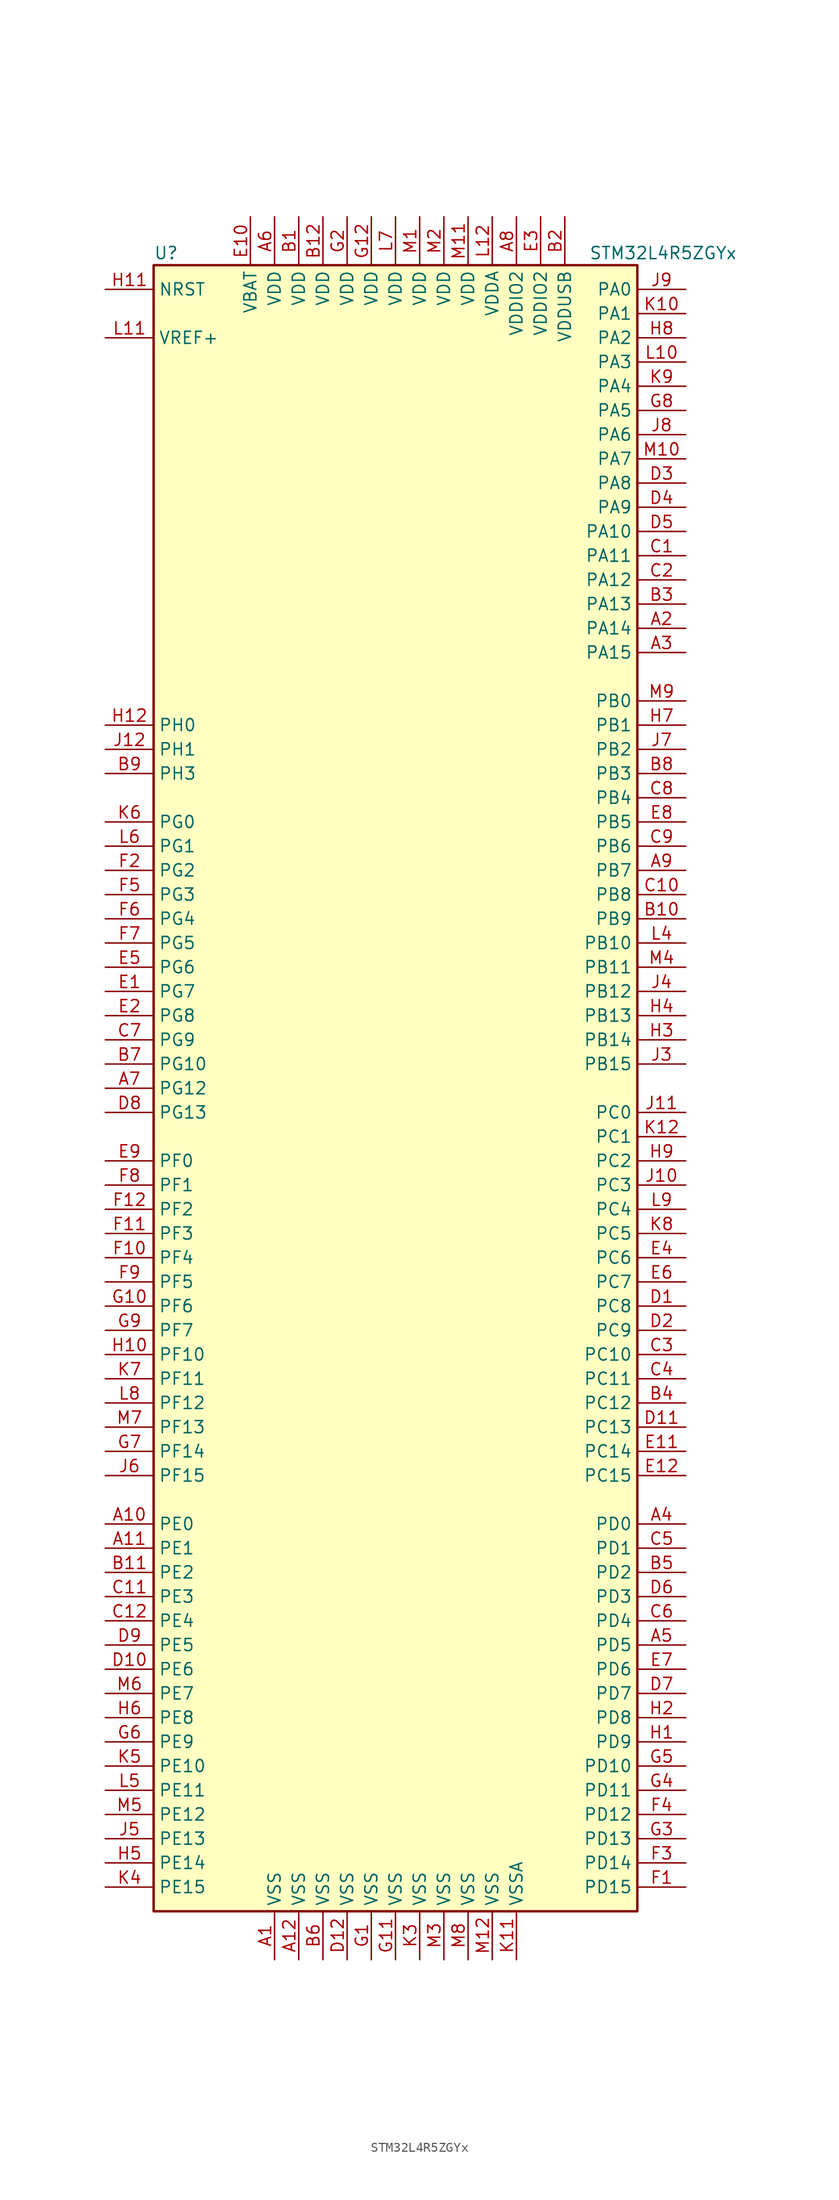
<source format=kicad_sym>
(kicad_symbol_lib
  (version 20201005)
  (generator kicad_symbol_editor)
  (symbol "STM32L4R5ZGYx"
    (property "Reference" "U"
      (at -25.4 87.63 0)
      (effects (font (size 1.27 1.27)) (justify left)))
    (property "Value" "STM32L4R5ZGYx"
      (at 20.32 87.63 0)
      (effects (font (size 1.27 1.27)) (justify left)))
    (symbol "STM32L4R5ZGYx_0_1"
      (rectangle (start -25.4 -86.36) (end 25.4 86.36) (stroke (width 0.254)) (fill (type background))))
    (symbol "STM32L4R5ZGYx_1_1"
      (pin power_in line (at -12.7 -91.44 90) (length 5.08) (name "VSS" (effects (font (size 1.27 1.27)))) (number "A1" (effects (font (size 1.27 1.27)))))
      (pin bidirectional line (at -30.48 -45.72 0) (length 5.08) (name "PE0" (effects (font (size 1.27 1.27)))) (number "A10" (effects (font (size 1.27 1.27)))))
      (pin bidirectional line (at -30.48 -48.26 0) (length 5.08) (name "PE1" (effects (font (size 1.27 1.27)))) (number "A11" (effects (font (size 1.27 1.27)))))
      (pin power_in line (at -10.16 -91.44 90) (length 5.08) (name "VSS" (effects (font (size 1.27 1.27)))) (number "A12" (effects (font (size 1.27 1.27)))))
      (pin bidirectional line (at 30.48 48.26 180) (length 5.08) (name "PA14" (effects (font (size 1.27 1.27)))) (number "A2" (effects (font (size 1.27 1.27)))))
      (pin bidirectional line (at 30.48 45.72 180) (length 5.08) (name "PA15" (effects (font (size 1.27 1.27)))) (number "A3" (effects (font (size 1.27 1.27)))))
      (pin bidirectional line (at 30.48 -45.72 180) (length 5.08) (name "PD0" (effects (font (size 1.27 1.27)))) (number "A4" (effects (font (size 1.27 1.27)))))
      (pin bidirectional line (at 30.48 -58.42 180) (length 5.08) (name "PD5" (effects (font (size 1.27 1.27)))) (number "A5" (effects (font (size 1.27 1.27)))))
      (pin power_in line (at -12.7 91.44 270) (length 5.08) (name "VDD" (effects (font (size 1.27 1.27)))) (number "A6" (effects (font (size 1.27 1.27)))))
      (pin bidirectional line (at -30.48 0 0) (length 5.08) (name "PG12" (effects (font (size 1.27 1.27)))) (number "A7" (effects (font (size 1.27 1.27)))))
      (pin power_in line (at 12.7 91.44 270) (length 5.08) (name "VDDIO2" (effects (font (size 1.27 1.27)))) (number "A8" (effects (font (size 1.27 1.27)))))
      (pin bidirectional line (at 30.48 22.86 180) (length 5.08) (name "PB7" (effects (font (size 1.27 1.27)))) (number "A9" (effects (font (size 1.27 1.27)))))
      (pin power_in line (at -10.16 91.44 270) (length 5.08) (name "VDD" (effects (font (size 1.27 1.27)))) (number "B1" (effects (font (size 1.27 1.27)))))
      (pin bidirectional line (at 30.48 17.78 180) (length 5.08) (name "PB9" (effects (font (size 1.27 1.27)))) (number "B10" (effects (font (size 1.27 1.27)))))
      (pin bidirectional line (at -30.48 -50.8 0) (length 5.08) (name "PE2" (effects (font (size 1.27 1.27)))) (number "B11" (effects (font (size 1.27 1.27)))))
      (pin power_in line (at -7.62 91.44 270) (length 5.08) (name "VDD" (effects (font (size 1.27 1.27)))) (number "B12" (effects (font (size 1.27 1.27)))))
      (pin power_in line (at 17.78 91.44 270) (length 5.08) (name "VDDUSB" (effects (font (size 1.27 1.27)))) (number "B2" (effects (font (size 1.27 1.27)))))
      (pin bidirectional line (at 30.48 50.8 180) (length 5.08) (name "PA13" (effects (font (size 1.27 1.27)))) (number "B3" (effects (font (size 1.27 1.27)))))
      (pin bidirectional line (at 30.48 -33.02 180) (length 5.08) (name "PC12" (effects (font (size 1.27 1.27)))) (number "B4" (effects (font (size 1.27 1.27)))))
      (pin bidirectional line (at 30.48 -50.8 180) (length 5.08) (name "PD2" (effects (font (size 1.27 1.27)))) (number "B5" (effects (font (size 1.27 1.27)))))
      (pin power_in line (at -7.62 -91.44 90) (length 5.08) (name "VSS" (effects (font (size 1.27 1.27)))) (number "B6" (effects (font (size 1.27 1.27)))))
      (pin bidirectional line (at -30.48 2.54 0) (length 5.08) (name "PG10" (effects (font (size 1.27 1.27)))) (number "B7" (effects (font (size 1.27 1.27)))))
      (pin bidirectional line (at 30.48 33.02 180) (length 5.08) (name "PB3" (effects (font (size 1.27 1.27)))) (number "B8" (effects (font (size 1.27 1.27)))))
      (pin bidirectional line (at -30.48 33.02 0) (length 5.08) (name "PH3" (effects (font (size 1.27 1.27)))) (number "B9" (effects (font (size 1.27 1.27)))))
      (pin bidirectional line (at 30.48 55.88 180) (length 5.08) (name "PA11" (effects (font (size 1.27 1.27)))) (number "C1" (effects (font (size 1.27 1.27)))))
      (pin bidirectional line (at 30.48 20.32 180) (length 5.08) (name "PB8" (effects (font (size 1.27 1.27)))) (number "C10" (effects (font (size 1.27 1.27)))))
      (pin bidirectional line (at -30.48 -53.34 0) (length 5.08) (name "PE3" (effects (font (size 1.27 1.27)))) (number "C11" (effects (font (size 1.27 1.27)))))
      (pin bidirectional line (at -30.48 -55.88 0) (length 5.08) (name "PE4" (effects (font (size 1.27 1.27)))) (number "C12" (effects (font (size 1.27 1.27)))))
      (pin bidirectional line (at 30.48 53.34 180) (length 5.08) (name "PA12" (effects (font (size 1.27 1.27)))) (number "C2" (effects (font (size 1.27 1.27)))))
      (pin bidirectional line (at 30.48 -27.94 180) (length 5.08) (name "PC10" (effects (font (size 1.27 1.27)))) (number "C3" (effects (font (size 1.27 1.27)))))
      (pin bidirectional line (at 30.48 -30.48 180) (length 5.08) (name "PC11" (effects (font (size 1.27 1.27)))) (number "C4" (effects (font (size 1.27 1.27)))))
      (pin bidirectional line (at 30.48 -48.26 180) (length 5.08) (name "PD1" (effects (font (size 1.27 1.27)))) (number "C5" (effects (font (size 1.27 1.27)))))
      (pin bidirectional line (at 30.48 -55.88 180) (length 5.08) (name "PD4" (effects (font (size 1.27 1.27)))) (number "C6" (effects (font (size 1.27 1.27)))))
      (pin bidirectional line (at -30.48 5.08 0) (length 5.08) (name "PG9" (effects (font (size 1.27 1.27)))) (number "C7" (effects (font (size 1.27 1.27)))))
      (pin bidirectional line (at 30.48 30.48 180) (length 5.08) (name "PB4" (effects (font (size 1.27 1.27)))) (number "C8" (effects (font (size 1.27 1.27)))))
      (pin bidirectional line (at 30.48 25.4 180) (length 5.08) (name "PB6" (effects (font (size 1.27 1.27)))) (number "C9" (effects (font (size 1.27 1.27)))))
      (pin bidirectional line (at 30.48 -22.86 180) (length 5.08) (name "PC8" (effects (font (size 1.27 1.27)))) (number "D1" (effects (font (size 1.27 1.27)))))
      (pin bidirectional line (at -30.48 -60.96 0) (length 5.08) (name "PE6" (effects (font (size 1.27 1.27)))) (number "D10" (effects (font (size 1.27 1.27)))))
      (pin bidirectional line (at 30.48 -35.56 180) (length 5.08) (name "PC13" (effects (font (size 1.27 1.27)))) (number "D11" (effects (font (size 1.27 1.27)))))
      (pin power_in line (at -5.08 -91.44 90) (length 5.08) (name "VSS" (effects (font (size 1.27 1.27)))) (number "D12" (effects (font (size 1.27 1.27)))))
      (pin bidirectional line (at 30.48 -25.4 180) (length 5.08) (name "PC9" (effects (font (size 1.27 1.27)))) (number "D2" (effects (font (size 1.27 1.27)))))
      (pin bidirectional line (at 30.48 63.5 180) (length 5.08) (name "PA8" (effects (font (size 1.27 1.27)))) (number "D3" (effects (font (size 1.27 1.27)))))
      (pin bidirectional line (at 30.48 60.96 180) (length 5.08) (name "PA9" (effects (font (size 1.27 1.27)))) (number "D4" (effects (font (size 1.27 1.27)))))
      (pin bidirectional line (at 30.48 58.42 180) (length 5.08) (name "PA10" (effects (font (size 1.27 1.27)))) (number "D5" (effects (font (size 1.27 1.27)))))
      (pin bidirectional line (at 30.48 -53.34 180) (length 5.08) (name "PD3" (effects (font (size 1.27 1.27)))) (number "D6" (effects (font (size 1.27 1.27)))))
      (pin bidirectional line (at 30.48 -63.5 180) (length 5.08) (name "PD7" (effects (font (size 1.27 1.27)))) (number "D7" (effects (font (size 1.27 1.27)))))
      (pin bidirectional line (at -30.48 -2.54 0) (length 5.08) (name "PG13" (effects (font (size 1.27 1.27)))) (number "D8" (effects (font (size 1.27 1.27)))))
      (pin bidirectional line (at -30.48 -58.42 0) (length 5.08) (name "PE5" (effects (font (size 1.27 1.27)))) (number "D9" (effects (font (size 1.27 1.27)))))
      (pin bidirectional line (at -30.48 10.16 0) (length 5.08) (name "PG7" (effects (font (size 1.27 1.27)))) (number "E1" (effects (font (size 1.27 1.27)))))
      (pin power_in line (at -15.24 91.44 270) (length 5.08) (name "VBAT" (effects (font (size 1.27 1.27)))) (number "E10" (effects (font (size 1.27 1.27)))))
      (pin bidirectional line (at 30.48 -38.1 180) (length 5.08) (name "PC14" (effects (font (size 1.27 1.27)))) (number "E11" (effects (font (size 1.27 1.27)))))
      (pin bidirectional line (at 30.48 -40.64 180) (length 5.08) (name "PC15" (effects (font (size 1.27 1.27)))) (number "E12" (effects (font (size 1.27 1.27)))))
      (pin bidirectional line (at -30.48 7.62 0) (length 5.08) (name "PG8" (effects (font (size 1.27 1.27)))) (number "E2" (effects (font (size 1.27 1.27)))))
      (pin power_in line (at 15.24 91.44 270) (length 5.08) (name "VDDIO2" (effects (font (size 1.27 1.27)))) (number "E3" (effects (font (size 1.27 1.27)))))
      (pin bidirectional line (at 30.48 -17.78 180) (length 5.08) (name "PC6" (effects (font (size 1.27 1.27)))) (number "E4" (effects (font (size 1.27 1.27)))))
      (pin bidirectional line (at -30.48 12.7 0) (length 5.08) (name "PG6" (effects (font (size 1.27 1.27)))) (number "E5" (effects (font (size 1.27 1.27)))))
      (pin bidirectional line (at 30.48 -20.32 180) (length 5.08) (name "PC7" (effects (font (size 1.27 1.27)))) (number "E6" (effects (font (size 1.27 1.27)))))
      (pin bidirectional line (at 30.48 -60.96 180) (length 5.08) (name "PD6" (effects (font (size 1.27 1.27)))) (number "E7" (effects (font (size 1.27 1.27)))))
      (pin bidirectional line (at 30.48 27.94 180) (length 5.08) (name "PB5" (effects (font (size 1.27 1.27)))) (number "E8" (effects (font (size 1.27 1.27)))))
      (pin bidirectional line (at -30.48 -7.62 0) (length 5.08) (name "PF0" (effects (font (size 1.27 1.27)))) (number "E9" (effects (font (size 1.27 1.27)))))
      (pin bidirectional line (at 30.48 -83.82 180) (length 5.08) (name "PD15" (effects (font (size 1.27 1.27)))) (number "F1" (effects (font (size 1.27 1.27)))))
      (pin bidirectional line (at -30.48 -17.78 0) (length 5.08) (name "PF4" (effects (font (size 1.27 1.27)))) (number "F10" (effects (font (size 1.27 1.27)))))
      (pin bidirectional line (at -30.48 -15.24 0) (length 5.08) (name "PF3" (effects (font (size 1.27 1.27)))) (number "F11" (effects (font (size 1.27 1.27)))))
      (pin bidirectional line (at -30.48 -12.7 0) (length 5.08) (name "PF2" (effects (font (size 1.27 1.27)))) (number "F12" (effects (font (size 1.27 1.27)))))
      (pin bidirectional line (at -30.48 22.86 0) (length 5.08) (name "PG2" (effects (font (size 1.27 1.27)))) (number "F2" (effects (font (size 1.27 1.27)))))
      (pin bidirectional line (at 30.48 -81.28 180) (length 5.08) (name "PD14" (effects (font (size 1.27 1.27)))) (number "F3" (effects (font (size 1.27 1.27)))))
      (pin bidirectional line (at 30.48 -76.2 180) (length 5.08) (name "PD12" (effects (font (size 1.27 1.27)))) (number "F4" (effects (font (size 1.27 1.27)))))
      (pin bidirectional line (at -30.48 20.32 0) (length 5.08) (name "PG3" (effects (font (size 1.27 1.27)))) (number "F5" (effects (font (size 1.27 1.27)))))
      (pin bidirectional line (at -30.48 17.78 0) (length 5.08) (name "PG4" (effects (font (size 1.27 1.27)))) (number "F6" (effects (font (size 1.27 1.27)))))
      (pin bidirectional line (at -30.48 15.24 0) (length 5.08) (name "PG5" (effects (font (size 1.27 1.27)))) (number "F7" (effects (font (size 1.27 1.27)))))
      (pin bidirectional line (at -30.48 -10.16 0) (length 5.08) (name "PF1" (effects (font (size 1.27 1.27)))) (number "F8" (effects (font (size 1.27 1.27)))))
      (pin bidirectional line (at -30.48 -20.32 0) (length 5.08) (name "PF5" (effects (font (size 1.27 1.27)))) (number "F9" (effects (font (size 1.27 1.27)))))
      (pin power_in line (at -2.54 -91.44 90) (length 5.08) (name "VSS" (effects (font (size 1.27 1.27)))) (number "G1" (effects (font (size 1.27 1.27)))))
      (pin bidirectional line (at -30.48 -22.86 0) (length 5.08) (name "PF6" (effects (font (size 1.27 1.27)))) (number "G10" (effects (font (size 1.27 1.27)))))
      (pin power_in line (at 0 -91.44 90) (length 5.08) (name "VSS" (effects (font (size 1.27 1.27)))) (number "G11" (effects (font (size 1.27 1.27)))))
      (pin power_in line (at -2.54 91.44 270) (length 5.08) (name "VDD" (effects (font (size 1.27 1.27)))) (number "G12" (effects (font (size 1.27 1.27)))))
      (pin power_in line (at -5.08 91.44 270) (length 5.08) (name "VDD" (effects (font (size 1.27 1.27)))) (number "G2" (effects (font (size 1.27 1.27)))))
      (pin bidirectional line (at 30.48 -78.74 180) (length 5.08) (name "PD13" (effects (font (size 1.27 1.27)))) (number "G3" (effects (font (size 1.27 1.27)))))
      (pin bidirectional line (at 30.48 -73.66 180) (length 5.08) (name "PD11" (effects (font (size 1.27 1.27)))) (number "G4" (effects (font (size 1.27 1.27)))))
      (pin bidirectional line (at 30.48 -71.12 180) (length 5.08) (name "PD10" (effects (font (size 1.27 1.27)))) (number "G5" (effects (font (size 1.27 1.27)))))
      (pin bidirectional line (at -30.48 -68.58 0) (length 5.08) (name "PE9" (effects (font (size 1.27 1.27)))) (number "G6" (effects (font (size 1.27 1.27)))))
      (pin bidirectional line (at -30.48 -38.1 0) (length 5.08) (name "PF14" (effects (font (size 1.27 1.27)))) (number "G7" (effects (font (size 1.27 1.27)))))
      (pin bidirectional line (at 30.48 71.12 180) (length 5.08) (name "PA5" (effects (font (size 1.27 1.27)))) (number "G8" (effects (font (size 1.27 1.27)))))
      (pin bidirectional line (at -30.48 -25.4 0) (length 5.08) (name "PF7" (effects (font (size 1.27 1.27)))) (number "G9" (effects (font (size 1.27 1.27)))))
      (pin bidirectional line (at 30.48 -68.58 180) (length 5.08) (name "PD9" (effects (font (size 1.27 1.27)))) (number "H1" (effects (font (size 1.27 1.27)))))
      (pin bidirectional line (at -30.48 -27.94 0) (length 5.08) (name "PF10" (effects (font (size 1.27 1.27)))) (number "H10" (effects (font (size 1.27 1.27)))))
      (pin input line (at -30.48 83.82 0) (length 5.08) (name "NRST" (effects (font (size 1.27 1.27)))) (number "H11" (effects (font (size 1.27 1.27)))))
      (pin input line (at -30.48 38.1 0) (length 5.08) (name "PH0" (effects (font (size 1.27 1.27)))) (number "H12" (effects (font (size 1.27 1.27)))))
      (pin bidirectional line (at 30.48 -66.04 180) (length 5.08) (name "PD8" (effects (font (size 1.27 1.27)))) (number "H2" (effects (font (size 1.27 1.27)))))
      (pin bidirectional line (at 30.48 5.08 180) (length 5.08) (name "PB14" (effects (font (size 1.27 1.27)))) (number "H3" (effects (font (size 1.27 1.27)))))
      (pin bidirectional line (at 30.48 7.62 180) (length 5.08) (name "PB13" (effects (font (size 1.27 1.27)))) (number "H4" (effects (font (size 1.27 1.27)))))
      (pin bidirectional line (at -30.48 -81.28 0) (length 5.08) (name "PE14" (effects (font (size 1.27 1.27)))) (number "H5" (effects (font (size 1.27 1.27)))))
      (pin bidirectional line (at -30.48 -66.04 0) (length 5.08) (name "PE8" (effects (font (size 1.27 1.27)))) (number "H6" (effects (font (size 1.27 1.27)))))
      (pin bidirectional line (at 30.48 38.1 180) (length 5.08) (name "PB1" (effects (font (size 1.27 1.27)))) (number "H7" (effects (font (size 1.27 1.27)))))
      (pin bidirectional line (at 30.48 78.74 180) (length 5.08) (name "PA2" (effects (font (size 1.27 1.27)))) (number "H8" (effects (font (size 1.27 1.27)))))
      (pin bidirectional line (at 30.48 -7.62 180) (length 5.08) (name "PC2" (effects (font (size 1.27 1.27)))) (number "H9" (effects (font (size 1.27 1.27)))))
      (pin no_connect line (at -25.4 -83.82 0) (length 5.08) hide (name "NC" (effects (font (size 1.27 1.27)))) (number "J1" (effects (font (size 1.27 1.27)))))
      (pin bidirectional line (at 30.48 -10.16 180) (length 5.08) (name "PC3" (effects (font (size 1.27 1.27)))) (number "J10" (effects (font (size 1.27 1.27)))))
      (pin bidirectional line (at 30.48 -2.54 180) (length 5.08) (name "PC0" (effects (font (size 1.27 1.27)))) (number "J11" (effects (font (size 1.27 1.27)))))
      (pin input line (at -30.48 35.56 0) (length 5.08) (name "PH1" (effects (font (size 1.27 1.27)))) (number "J12" (effects (font (size 1.27 1.27)))))
      (pin no_connect line (at -25.4 -81.28 0) (length 5.08) hide (name "NC" (effects (font (size 1.27 1.27)))) (number "J2" (effects (font (size 1.27 1.27)))))
      (pin bidirectional line (at 30.48 2.54 180) (length 5.08) (name "PB15" (effects (font (size 1.27 1.27)))) (number "J3" (effects (font (size 1.27 1.27)))))
      (pin bidirectional line (at 30.48 10.16 180) (length 5.08) (name "PB12" (effects (font (size 1.27 1.27)))) (number "J4" (effects (font (size 1.27 1.27)))))
      (pin bidirectional line (at -30.48 -78.74 0) (length 5.08) (name "PE13" (effects (font (size 1.27 1.27)))) (number "J5" (effects (font (size 1.27 1.27)))))
      (pin bidirectional line (at -30.48 -40.64 0) (length 5.08) (name "PF15" (effects (font (size 1.27 1.27)))) (number "J6" (effects (font (size 1.27 1.27)))))
      (pin bidirectional line (at 30.48 35.56 180) (length 5.08) (name "PB2" (effects (font (size 1.27 1.27)))) (number "J7" (effects (font (size 1.27 1.27)))))
      (pin bidirectional line (at 30.48 68.58 180) (length 5.08) (name "PA6" (effects (font (size 1.27 1.27)))) (number "J8" (effects (font (size 1.27 1.27)))))
      (pin bidirectional line (at 30.48 83.82 180) (length 5.08) (name "PA0" (effects (font (size 1.27 1.27)))) (number "J9" (effects (font (size 1.27 1.27)))))
      (pin no_connect line (at -25.4 -78.74 0) (length 5.08) hide (name "NC" (effects (font (size 1.27 1.27)))) (number "K1" (effects (font (size 1.27 1.27)))))
      (pin bidirectional line (at 30.48 81.28 180) (length 5.08) (name "PA1" (effects (font (size 1.27 1.27)))) (number "K10" (effects (font (size 1.27 1.27)))))
      (pin power_in line (at 12.7 -91.44 90) (length 5.08) (name "VSSA" (effects (font (size 1.27 1.27)))) (number "K11" (effects (font (size 1.27 1.27)))))
      (pin bidirectional line (at 30.48 -5.08 180) (length 5.08) (name "PC1" (effects (font (size 1.27 1.27)))) (number "K12" (effects (font (size 1.27 1.27)))))
      (pin no_connect line (at -25.4 -76.2 0) (length 5.08) hide (name "NC" (effects (font (size 1.27 1.27)))) (number "K2" (effects (font (size 1.27 1.27)))))
      (pin power_in line (at 2.54 -91.44 90) (length 5.08) (name "VSS" (effects (font (size 1.27 1.27)))) (number "K3" (effects (font (size 1.27 1.27)))))
      (pin bidirectional line (at -30.48 -83.82 0) (length 5.08) (name "PE15" (effects (font (size 1.27 1.27)))) (number "K4" (effects (font (size 1.27 1.27)))))
      (pin bidirectional line (at -30.48 -71.12 0) (length 5.08) (name "PE10" (effects (font (size 1.27 1.27)))) (number "K5" (effects (font (size 1.27 1.27)))))
      (pin bidirectional line (at -30.48 27.94 0) (length 5.08) (name "PG0" (effects (font (size 1.27 1.27)))) (number "K6" (effects (font (size 1.27 1.27)))))
      (pin bidirectional line (at -30.48 -30.48 0) (length 5.08) (name "PF11" (effects (font (size 1.27 1.27)))) (number "K7" (effects (font (size 1.27 1.27)))))
      (pin bidirectional line (at 30.48 -15.24 180) (length 5.08) (name "PC5" (effects (font (size 1.27 1.27)))) (number "K8" (effects (font (size 1.27 1.27)))))
      (pin bidirectional line (at 30.48 73.66 180) (length 5.08) (name "PA4" (effects (font (size 1.27 1.27)))) (number "K9" (effects (font (size 1.27 1.27)))))
      (pin no_connect line (at -25.4 -73.66 0) (length 5.08) hide (name "NC" (effects (font (size 1.27 1.27)))) (number "L1" (effects (font (size 1.27 1.27)))))
      (pin bidirectional line (at 30.48 76.2 180) (length 5.08) (name "PA3" (effects (font (size 1.27 1.27)))) (number "L10" (effects (font (size 1.27 1.27)))))
      (pin bidirectional line (at -30.48 78.74 0) (length 5.08) (name "VREF+" (effects (font (size 1.27 1.27)))) (number "L11" (effects (font (size 1.27 1.27)))))
      (pin power_in line (at 10.16 91.44 270) (length 5.08) (name "VDDA" (effects (font (size 1.27 1.27)))) (number "L12" (effects (font (size 1.27 1.27)))))
      (pin no_connect line (at -25.4 -71.12 0) (length 5.08) hide (name "NC" (effects (font (size 1.27 1.27)))) (number "L2" (effects (font (size 1.27 1.27)))))
      (pin no_connect line (at -25.4 -68.58 0) (length 5.08) hide (name "NC" (effects (font (size 1.27 1.27)))) (number "L3" (effects (font (size 1.27 1.27)))))
      (pin bidirectional line (at 30.48 15.24 180) (length 5.08) (name "PB10" (effects (font (size 1.27 1.27)))) (number "L4" (effects (font (size 1.27 1.27)))))
      (pin bidirectional line (at -30.48 -73.66 0) (length 5.08) (name "PE11" (effects (font (size 1.27 1.27)))) (number "L5" (effects (font (size 1.27 1.27)))))
      (pin bidirectional line (at -30.48 25.4 0) (length 5.08) (name "PG1" (effects (font (size 1.27 1.27)))) (number "L6" (effects (font (size 1.27 1.27)))))
      (pin power_in line (at 0 91.44 270) (length 5.08) (name "VDD" (effects (font (size 1.27 1.27)))) (number "L7" (effects (font (size 1.27 1.27)))))
      (pin bidirectional line (at -30.48 -33.02 0) (length 5.08) (name "PF12" (effects (font (size 1.27 1.27)))) (number "L8" (effects (font (size 1.27 1.27)))))
      (pin bidirectional line (at 30.48 -12.7 180) (length 5.08) (name "PC4" (effects (font (size 1.27 1.27)))) (number "L9" (effects (font (size 1.27 1.27)))))
      (pin power_in line (at 2.54 91.44 270) (length 5.08) (name "VDD" (effects (font (size 1.27 1.27)))) (number "M1" (effects (font (size 1.27 1.27)))))
      (pin bidirectional line (at 30.48 66.04 180) (length 5.08) (name "PA7" (effects (font (size 1.27 1.27)))) (number "M10" (effects (font (size 1.27 1.27)))))
      (pin power_in line (at 7.62 91.44 270) (length 5.08) (name "VDD" (effects (font (size 1.27 1.27)))) (number "M11" (effects (font (size 1.27 1.27)))))
      (pin power_in line (at 10.16 -91.44 90) (length 5.08) (name "VSS" (effects (font (size 1.27 1.27)))) (number "M12" (effects (font (size 1.27 1.27)))))
      (pin power_in line (at 5.08 91.44 270) (length 5.08) (name "VDD" (effects (font (size 1.27 1.27)))) (number "M2" (effects (font (size 1.27 1.27)))))
      (pin power_in line (at 5.08 -91.44 90) (length 5.08) (name "VSS" (effects (font (size 1.27 1.27)))) (number "M3" (effects (font (size 1.27 1.27)))))
      (pin bidirectional line (at 30.48 12.7 180) (length 5.08) (name "PB11" (effects (font (size 1.27 1.27)))) (number "M4" (effects (font (size 1.27 1.27)))))
      (pin bidirectional line (at -30.48 -76.2 0) (length 5.08) (name "PE12" (effects (font (size 1.27 1.27)))) (number "M5" (effects (font (size 1.27 1.27)))))
      (pin bidirectional line (at -30.48 -63.5 0) (length 5.08) (name "PE7" (effects (font (size 1.27 1.27)))) (number "M6" (effects (font (size 1.27 1.27)))))
      (pin bidirectional line (at -30.48 -35.56 0) (length 5.08) (name "PF13" (effects (font (size 1.27 1.27)))) (number "M7" (effects (font (size 1.27 1.27)))))
      (pin power_in line (at 7.62 -91.44 90) (length 5.08) (name "VSS" (effects (font (size 1.27 1.27)))) (number "M8" (effects (font (size 1.27 1.27)))))
      (pin bidirectional line (at 30.48 40.64 180) (length 5.08) (name "PB0" (effects (font (size 1.27 1.27)))) (number "M9" (effects (font (size 1.27 1.27))))))))
</source>
